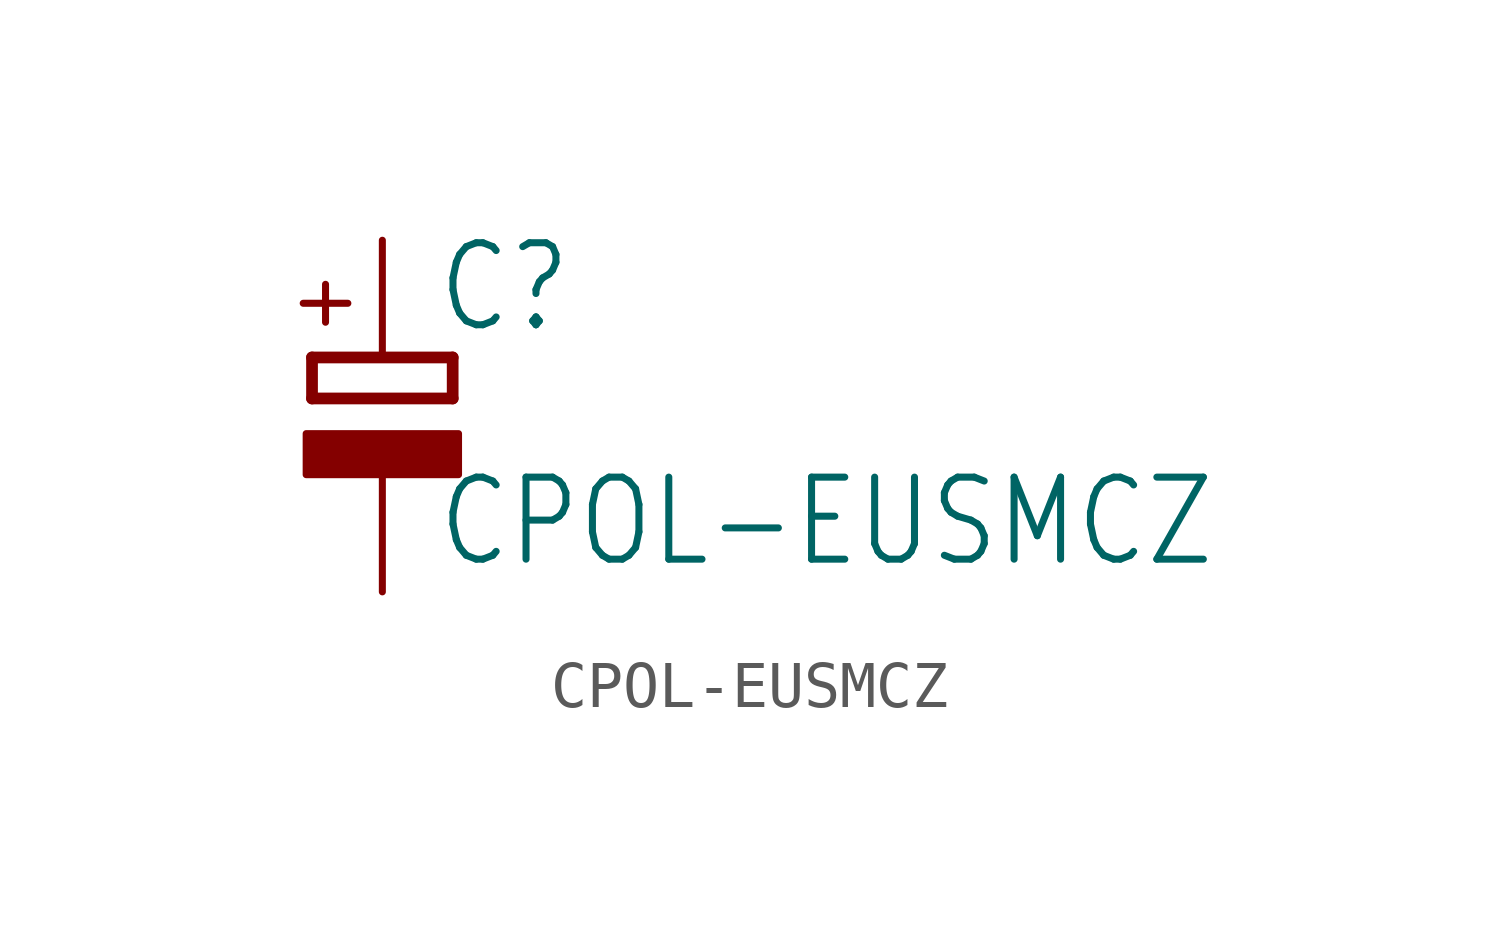
<source format=kicad_sym>
(kicad_symbol_lib
  (version 20220331)
  (generator kicad_symbol_editor)
  (symbol "CPOL-EUSMCZ"
    (property "Reference" "C"
      (at 1.143 0.483 0)
      (effects (font (size 1.778 1.511)) (justify left bottom)))
    (property "Value" "CPOL-EUSMCZ"
      (at 1.143 -4.597 0)
      (effects (font (size 1.778 1.511)) (justify left bottom)))
    (property "ki_locked" ""
      (at 0 0 0)
      (effects (font (size 1.27 1.27))))
    (symbol "CPOL-EUSMCZ_1_0"
      (rectangle (start -1.651 -2.54) (end 1.651 -1.651) (stroke (width 0) (type default)) (fill (type outline)))
      (polyline (pts (xy -1.524 -0.889) (xy 1.524 -0.889)) (stroke (width 0.254) (type solid)) (fill (type none)))
      (polyline (pts (xy -1.524 0) (xy -1.524 -0.889)) (stroke (width 0.254) (type solid)) (fill (type none)))
      (polyline (pts (xy -1.524 0) (xy 1.524 0)) (stroke (width 0.254) (type solid)) (fill (type none)))
      (polyline (pts (xy 1.524 -0.889) (xy 1.524 0)) (stroke (width 0.254) (type solid)) (fill (type none)))
      (text "+" (at -0.584 0.406 900) (effects (font (size 1.27 1.079)) (justify left bottom)))
      (pin passive line (at 0 2.54 270) (length 2.54) (name "+" (effects (font (size 0 0)))) (number "+" (effects (font (size 0 0)))))
      (pin passive line (at 0 -5.08 90) (length 2.54) (name "-" (effects (font (size 0 0)))) (number "-" (effects (font (size 0 0))))))))
</source>
